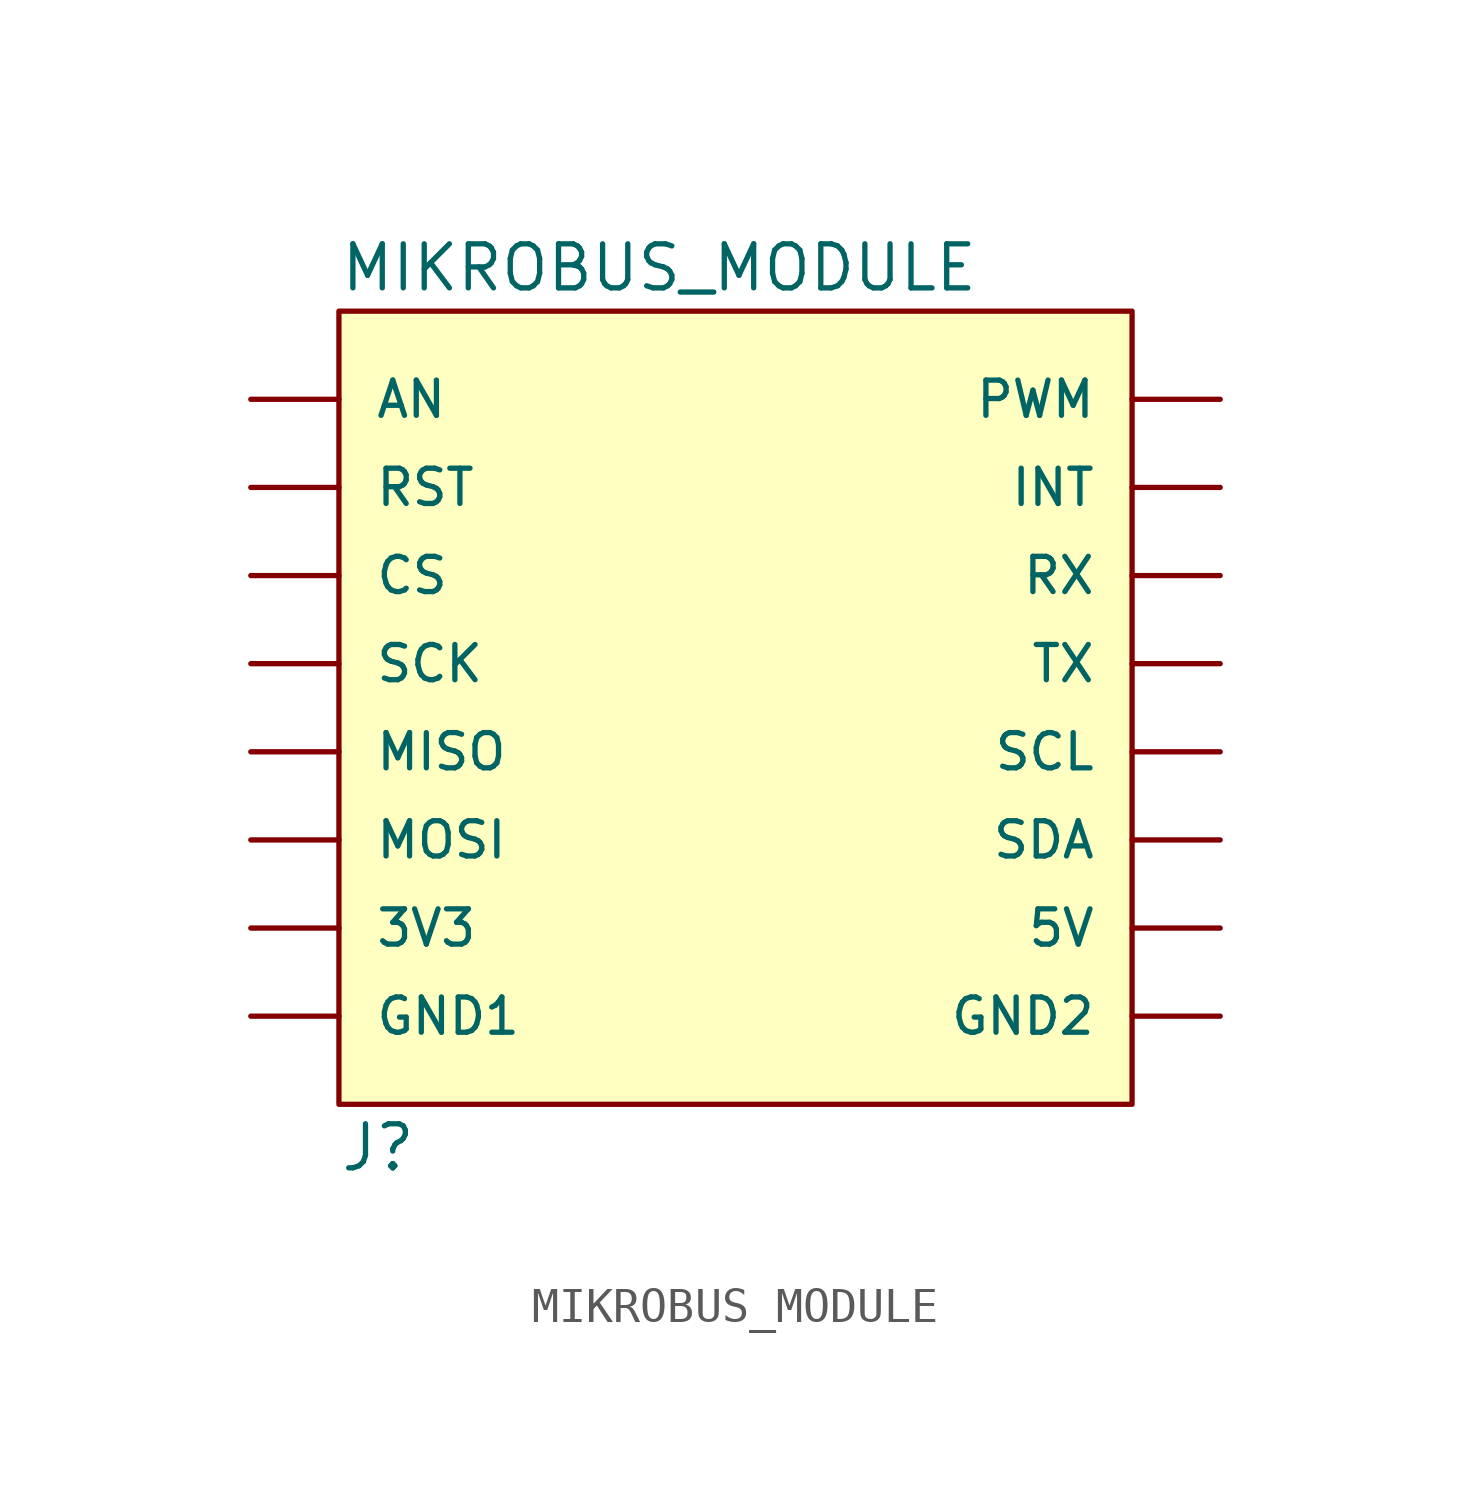
<source format=kicad_sym>
(kicad_symbol_lib
  (version 20231120)
  (generator "kicad_symbol_editor")
  (generator_version "8.0")
  (symbol "MIKROBUS_MODULE"
    (pin_numbers hide)
    (pin_names
      (offset 1.016))
    (property "Reference" "J"
      (at 0 -0.508 0)
      (effects (font (size 1.27 1.27)) (justify left top)))
    (property "Value" "MIKROBUS_MODULE"
      (at 0 23.368 0)
      (effects (font (size 1.27 1.27)) (justify left bottom)))
    (symbol "MIKROBUS_MODULE_0_0"
      (pin bidirectional line (at -2.54 20.32 0) (length 2.54) (name "AN" (effects (font (size 1.016 1.016)))) (number "P1" (effects (font (size 1.016 1.016)))))
      (pin power_in line (at 25.4 5.08 180) (length 2.54) (name "5V" (effects (font (size 1.016 1.016)))) (number "P10" (effects (font (size 1.016 1.016)))))
      (pin bidirectional line (at 25.4 7.62 180) (length 2.54) (name "SDA" (effects (font (size 1.016 1.016)))) (number "P11" (effects (font (size 1.016 1.016)))))
      (pin bidirectional line (at 25.4 10.16 180) (length 2.54) (name "SCL" (effects (font (size 1.016 1.016)))) (number "P12" (effects (font (size 1.016 1.016)))))
      (pin bidirectional line (at 25.4 12.7 180) (length 2.54) (name "TX" (effects (font (size 1.016 1.016)))) (number "P13" (effects (font (size 1.016 1.016)))))
      (pin bidirectional line (at 25.4 15.24 180) (length 2.54) (name "RX" (effects (font (size 1.016 1.016)))) (number "P14" (effects (font (size 1.016 1.016)))))
      (pin bidirectional line (at 25.4 17.78 180) (length 2.54) (name "INT" (effects (font (size 1.016 1.016)))) (number "P15" (effects (font (size 1.016 1.016)))))
      (pin bidirectional line (at 25.4 20.32 180) (length 2.54) (name "PWM" (effects (font (size 1.016 1.016)))) (number "P16" (effects (font (size 1.016 1.016)))))
      (pin bidirectional line (at -2.54 17.78 0) (length 2.54) (name "RST" (effects (font (size 1.016 1.016)))) (number "P2" (effects (font (size 1.016 1.016)))))
      (pin bidirectional line (at -2.54 15.24 0) (length 2.54) (name "CS" (effects (font (size 1.016 1.016)))) (number "P3" (effects (font (size 1.016 1.016)))))
      (pin bidirectional line (at -2.54 12.7 0) (length 2.54) (name "SCK" (effects (font (size 1.016 1.016)))) (number "P4" (effects (font (size 1.016 1.016)))))
      (pin bidirectional line (at -2.54 10.16 0) (length 2.54) (name "MISO" (effects (font (size 1.016 1.016)))) (number "P5" (effects (font (size 1.016 1.016)))))
      (pin bidirectional line (at -2.54 7.62 0) (length 2.54) (name "MOSI" (effects (font (size 1.016 1.016)))) (number "P6" (effects (font (size 1.016 1.016)))))
      (pin power_in line (at -2.54 5.08 0) (length 2.54) (name "3V3" (effects (font (size 1.016 1.016)))) (number "P7" (effects (font (size 1.016 1.016)))))
      (pin bidirectional line (at -2.54 2.54 0) (length 2.54) (name "GND1" (effects (font (size 1.016 1.016)))) (number "P8" (effects (font (size 1.016 1.016)))))
      (pin bidirectional line (at 25.4 2.54 180) (length 2.54) (name "GND2" (effects (font (size 1.016 1.016)))) (number "P9" (effects (font (size 1.016 1.016))))))
    (symbol "MIKROBUS_MODULE_0_1"
      (rectangle (start 0 22.86) (end 22.86 0) (stroke (width 0) (type default)) (fill (type background))))))
</source>
